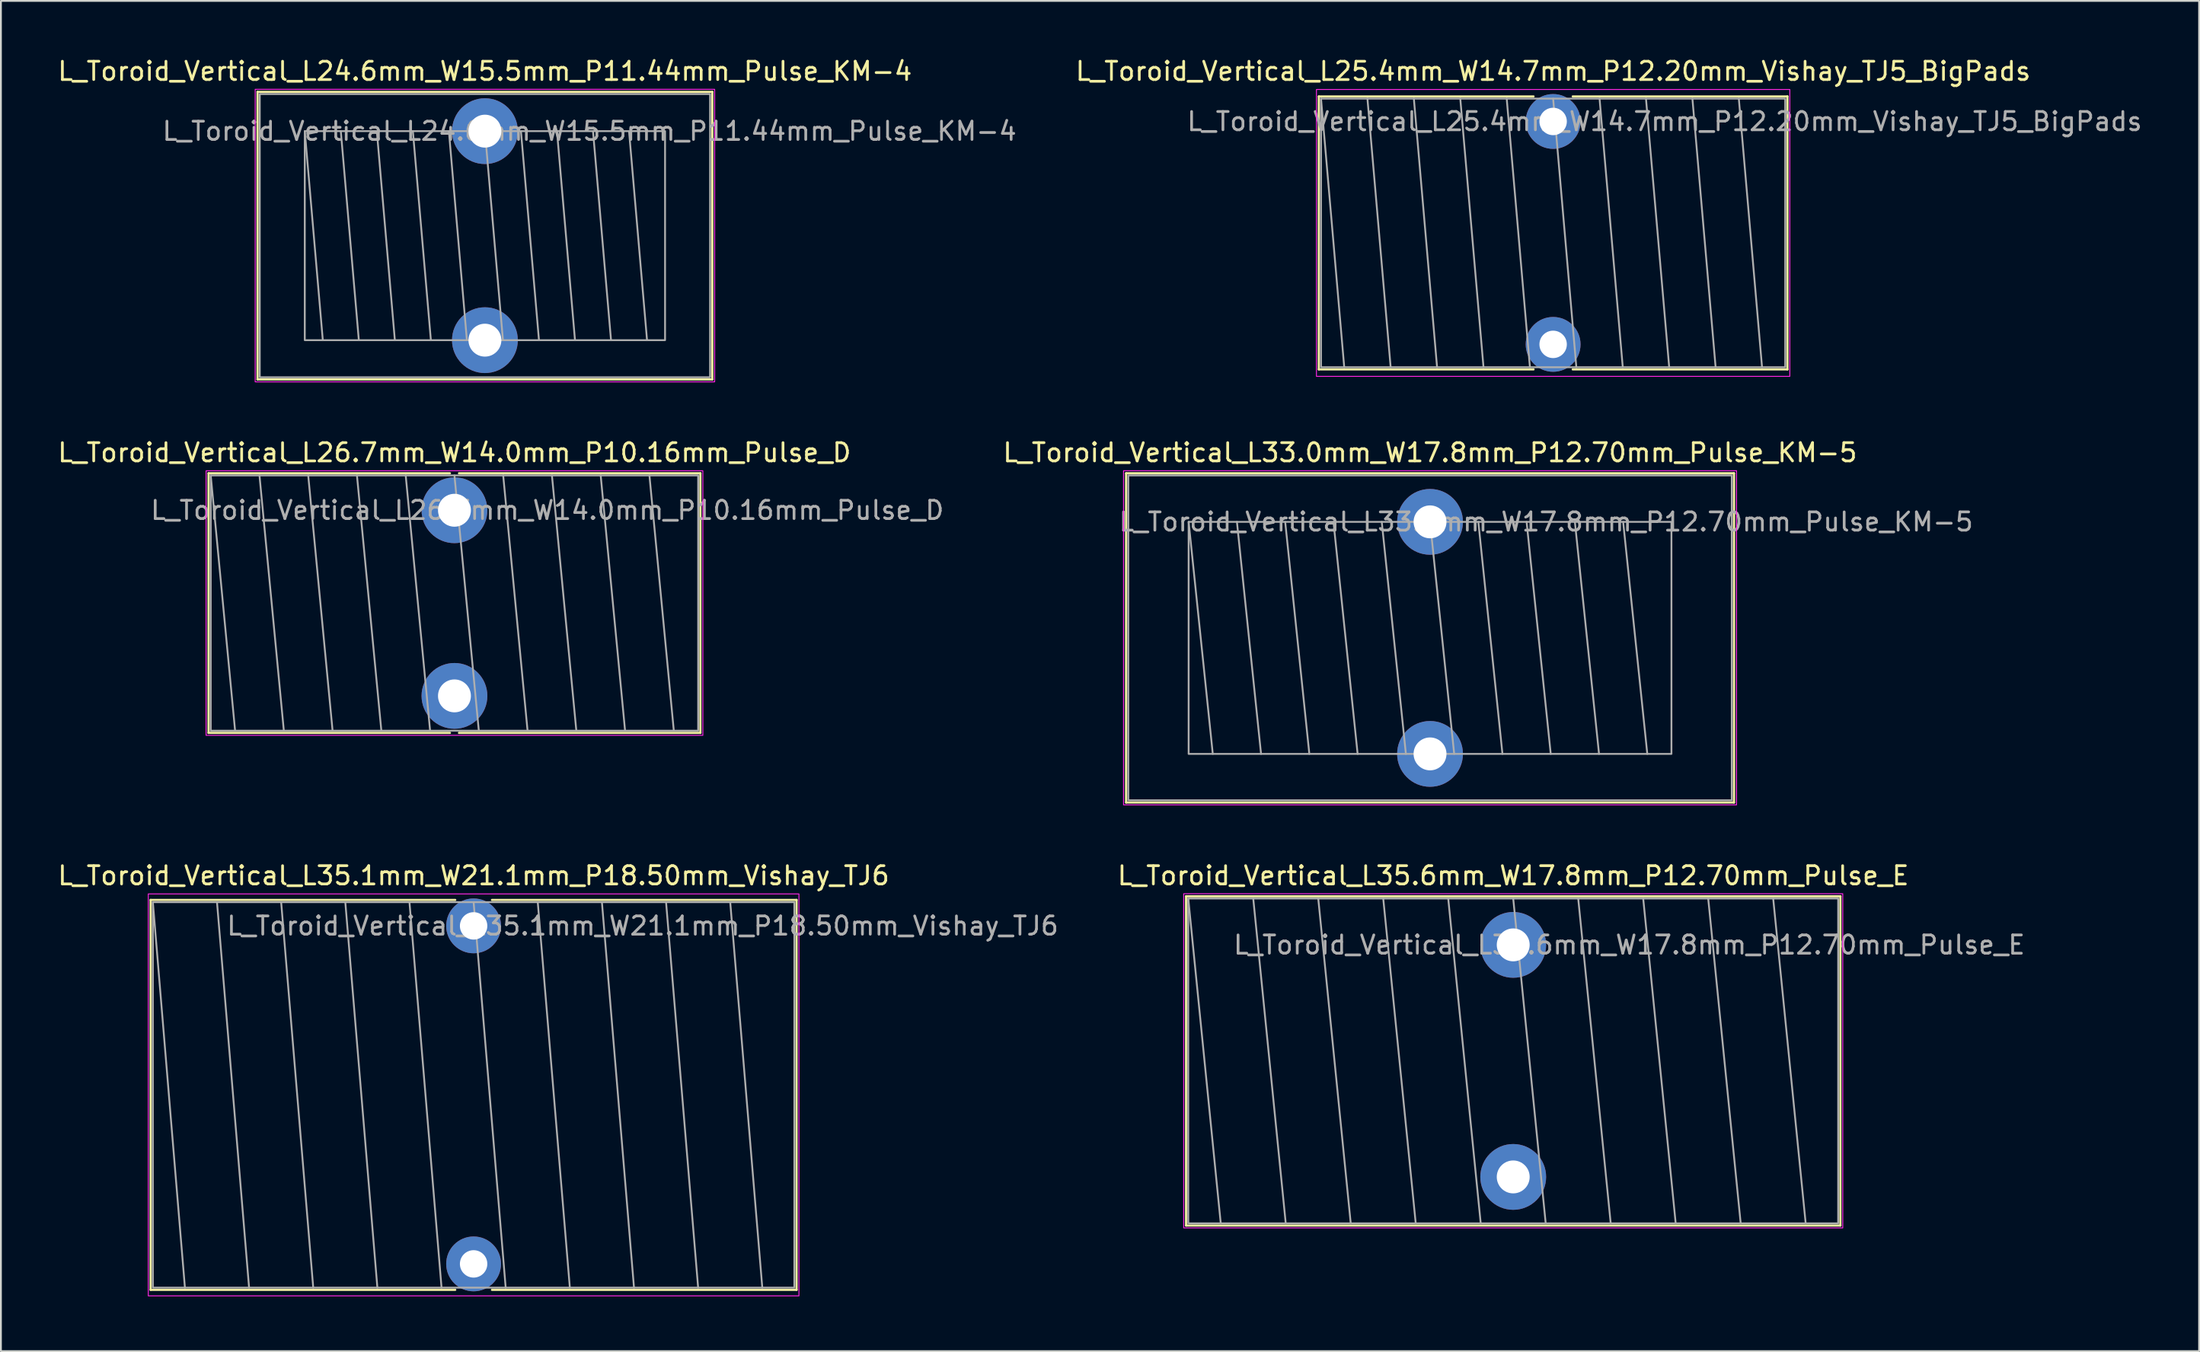
<source format=kicad_pcb>
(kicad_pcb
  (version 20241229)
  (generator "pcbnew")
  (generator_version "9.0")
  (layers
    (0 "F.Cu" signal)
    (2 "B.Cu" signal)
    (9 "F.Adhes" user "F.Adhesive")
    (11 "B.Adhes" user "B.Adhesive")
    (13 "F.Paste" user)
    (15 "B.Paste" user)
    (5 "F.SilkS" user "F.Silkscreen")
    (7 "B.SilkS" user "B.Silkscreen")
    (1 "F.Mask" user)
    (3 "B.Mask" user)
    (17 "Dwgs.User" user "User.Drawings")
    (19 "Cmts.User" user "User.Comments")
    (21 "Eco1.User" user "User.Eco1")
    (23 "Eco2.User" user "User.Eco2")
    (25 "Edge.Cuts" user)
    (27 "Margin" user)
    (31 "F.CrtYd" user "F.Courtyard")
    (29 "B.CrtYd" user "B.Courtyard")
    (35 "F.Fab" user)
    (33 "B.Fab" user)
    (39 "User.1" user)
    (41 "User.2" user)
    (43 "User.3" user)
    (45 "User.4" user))
  (footprint "L_Toroid_Vertical_L33.0mm_W17.8mm_P12.70mm_Pulse_KM-5"
    (layer "F.Cu")
    (at 75.193 25.512)
    (property "Reference" "L_Toroid_Vertical_L33.0mm_W17.8mm_P12.70mm_Pulse_KM-5" (at 0 -3.79 0) (layer "F.SilkS") (effects (font (size 1 1) (thickness 0.15))))
    (attr through_hole)
    (fp_line (start -16.63 -2.66) (end -16.63 15.36) (stroke (width 0.12) (type solid)) (layer "F.SilkS"))
    (fp_line (start -16.63 -2.66) (end 16.63 -2.66) (stroke (width 0.12) (type solid)) (layer "F.SilkS"))
    (fp_line (start -16.63 15.36) (end 16.63 15.36) (stroke (width 0.12) (type solid)) (layer "F.SilkS"))
    (fp_line (start 16.63 -2.66) (end 16.63 15.36) (stroke (width 0.12) (type solid)) (layer "F.SilkS"))
    (fp_rect (start -16.77 -2.8) (end 16.77 15.49) (stroke (width 0.05) (type solid)) (fill no) (layer "F.CrtYd"))
    (fp_line (start -13.208 0) (end -11.887 12.7) (stroke (width 0.1) (type solid)) (layer "F.Fab"))
    (fp_line (start -10.566 0) (end -9.246 12.7) (stroke (width 0.1) (type solid)) (layer "F.Fab"))
    (fp_line (start -7.925 0) (end -6.604 12.7) (stroke (width 0.1) (type solid)) (layer "F.Fab"))
    (fp_line (start -5.283 0) (end -3.962 12.7) (stroke (width 0.1) (type solid)) (layer "F.Fab"))
    (fp_line (start -2.642 0) (end -1.321 12.7) (stroke (width 0.1) (type solid)) (layer "F.Fab"))
    (fp_line (start 0 0) (end 1.321 12.7) (stroke (width 0.1) (type solid)) (layer "F.Fab"))
    (fp_line (start 2.642 0) (end 3.962 12.7) (stroke (width 0.1) (type solid)) (layer "F.Fab"))
    (fp_line (start 5.283 0) (end 6.604 12.7) (stroke (width 0.1) (type solid)) (layer "F.Fab"))
    (fp_line (start 7.925 0) (end 9.246 12.7) (stroke (width 0.1) (type solid)) (layer "F.Fab"))
    (fp_line (start 10.566 0) (end 11.887 12.7) (stroke (width 0.1) (type solid)) (layer "F.Fab"))
    (fp_rect (start -16.51 -2.54) (end 16.51 15.24) (stroke (width 0.1) (type solid)) (fill no) (layer "F.Fab"))
    (fp_rect (start -13.208 0) (end 13.208 12.7) (stroke (width 0.1) (type solid)) (fill no) (layer "F.Fab"))
    (fp_text user "${REFERENCE}" (at 6.35 0 0) (layer "F.Fab") (effects (font (size 1 1) (thickness 0.15))))
    (pad "1" thru_hole circle (at 0 0) (size 3.6 3.6) (drill 1.8) (layers "*.Cu" "*.Mask"))
    (pad "2" thru_hole circle (at 0 12.7) (size 3.6 3.6) (drill 1.8) (layers "*.Cu" "*.Mask")))
  (footprint "L_Toroid_Vertical_L24.6mm_W15.5mm_P11.44mm_Pulse_KM-4"
    (layer "F.Cu")
    (at 23.482 4.128)
    (property "Reference" "L_Toroid_Vertical_L24.6mm_W15.5mm_P11.44mm_Pulse_KM-4" (at 0 -3.28 0) (layer "F.SilkS") (effects (font (size 1 1) (thickness 0.15))))
    (attr through_hole)
    (fp_line (start -12.44 -2.15) (end -12.44 13.59) (stroke (width 0.12) (type solid)) (layer "F.SilkS"))
    (fp_line (start -12.44 -2.15) (end 12.44 -2.15) (stroke (width 0.12) (type solid)) (layer "F.SilkS"))
    (fp_line (start -12.44 13.59) (end 12.44 13.59) (stroke (width 0.12) (type solid)) (layer "F.SilkS"))
    (fp_line (start 12.44 -2.15) (end 12.44 13.59) (stroke (width 0.12) (type solid)) (layer "F.SilkS"))
    (fp_rect (start -12.57 -2.29) (end 12.57 13.72) (stroke (width 0.05) (type solid)) (fill no) (layer "F.CrtYd"))
    (fp_line (start -9.856 0) (end -8.87 11.44) (stroke (width 0.1) (type solid)) (layer "F.Fab"))
    (fp_line (start -7.885 0) (end -6.899 11.44) (stroke (width 0.1) (type solid)) (layer "F.Fab"))
    (fp_line (start -5.914 0) (end -4.928 11.44) (stroke (width 0.1) (type solid)) (layer "F.Fab"))
    (fp_line (start -3.942 0) (end -2.957 11.44) (stroke (width 0.1) (type solid)) (layer "F.Fab"))
    (fp_line (start -1.971 0) (end -0.986 11.44) (stroke (width 0.1) (type solid)) (layer "F.Fab"))
    (fp_line (start 0 0) (end 0.986 11.44) (stroke (width 0.1) (type solid)) (layer "F.Fab"))
    (fp_line (start 1.971 0) (end 2.957 11.44) (stroke (width 0.1) (type solid)) (layer "F.Fab"))
    (fp_line (start 3.942 0) (end 4.928 11.44) (stroke (width 0.1) (type solid)) (layer "F.Fab"))
    (fp_line (start 5.914 0) (end 6.899 11.44) (stroke (width 0.1) (type solid)) (layer "F.Fab"))
    (fp_line (start 7.885 0) (end 8.87 11.44) (stroke (width 0.1) (type solid)) (layer "F.Fab"))
    (fp_rect (start -12.32 -2.03) (end 12.32 13.47) (stroke (width 0.1) (type solid)) (fill no) (layer "F.Fab"))
    (fp_rect (start -9.856 0) (end 9.856 11.44) (stroke (width 0.1) (type solid)) (fill no) (layer "F.Fab"))
    (fp_text user "${REFERENCE}" (at 5.72 0 0) (layer "F.Fab") (effects (font (size 1 1) (thickness 0.15))))
    (pad "1" thru_hole circle (at 0 0) (size 3.6 3.6) (drill 1.8) (layers "*.Cu" "*.Mask"))
    (pad "2" thru_hole circle (at 0 11.44) (size 3.6 3.6) (drill 1.8) (layers "*.Cu" "*.Mask")))
  (footprint "L_Toroid_Vertical_L35.6mm_W17.8mm_P12.70mm_Pulse_E"
    (layer "F.Cu")
    (at 79.744 48.665)
    (property "Reference" "L_Toroid_Vertical_L35.6mm_W17.8mm_P12.70mm_Pulse_E" (at 0 -3.79 0) (layer "F.SilkS") (effects (font (size 1 1) (thickness 0.15))))
    (attr through_hole)
    (fp_line (start -17.9 -2.66) (end -17.9 15.36) (stroke (width 0.12) (type solid)) (layer "F.SilkS"))
    (fp_line (start -17.9 -2.66) (end 17.9 -2.66) (stroke (width 0.12) (type solid)) (layer "F.SilkS"))
    (fp_line (start -17.9 15.36) (end 17.9 15.36) (stroke (width 0.12) (type solid)) (layer "F.SilkS"))
    (fp_line (start 17.9 -2.66) (end 17.9 15.36) (stroke (width 0.12) (type solid)) (layer "F.SilkS"))
    (fp_rect (start -18.03 -2.8) (end 18.03 15.49) (stroke (width 0.05) (type solid)) (fill no) (layer "F.CrtYd"))
    (fp_line (start -17.78 -2.54) (end -16.002 15.24) (stroke (width 0.1) (type solid)) (layer "F.Fab"))
    (fp_line (start -14.224 -2.54) (end -12.446 15.24) (stroke (width 0.1) (type solid)) (layer "F.Fab"))
    (fp_line (start -10.668 -2.54) (end -8.89 15.24) (stroke (width 0.1) (type solid)) (layer "F.Fab"))
    (fp_line (start -7.112 -2.54) (end -5.334 15.24) (stroke (width 0.1) (type solid)) (layer "F.Fab"))
    (fp_line (start -3.556 -2.54) (end -1.778 15.24) (stroke (width 0.1) (type solid)) (layer "F.Fab"))
    (fp_line (start 0 -2.54) (end 1.778 15.24) (stroke (width 0.1) (type solid)) (layer "F.Fab"))
    (fp_line (start 3.556 -2.54) (end 5.334 15.24) (stroke (width 0.1) (type solid)) (layer "F.Fab"))
    (fp_line (start 7.112 -2.54) (end 8.89 15.24) (stroke (width 0.1) (type solid)) (layer "F.Fab"))
    (fp_line (start 10.668 -2.54) (end 12.446 15.24) (stroke (width 0.1) (type solid)) (layer "F.Fab"))
    (fp_line (start 14.224 -2.54) (end 16.002 15.24) (stroke (width 0.1) (type solid)) (layer "F.Fab"))
    (fp_rect (start -17.78 -2.54) (end 17.78 15.24) (stroke (width 0.1) (type solid)) (fill no) (layer "F.Fab"))
    (fp_text user "${REFERENCE}" (at 6.35 0 0) (layer "F.Fab") (effects (font (size 1 1) (thickness 0.15))))
    (pad "1" thru_hole circle (at 0 0) (size 3.6 3.6) (drill 1.8) (layers "*.Cu" "*.Mask"))
    (pad "2" thru_hole circle (at 0 12.7) (size 3.6 3.6) (drill 1.8) (layers "*.Cu" "*.Mask")))
  (footprint "L_Toroid_Vertical_L25.4mm_W14.7mm_P12.20mm_Vishay_TJ5_BigPads"
    (layer "F.Cu")
    (at 81.928 3.598)
    (property "Reference" "L_Toroid_Vertical_L25.4mm_W14.7mm_P12.20mm_Vishay_TJ5_BigPads" (at 0 -2.75 0) (layer "F.SilkS") (effects (font (size 1 1) (thickness 0.15))))
    (attr through_hole)
    (fp_line (start -12.82 -1.37) (end -12.82 13.57) (stroke (width 0.12) (type solid)) (layer "F.SilkS"))
    (fp_line (start -12.82 -1.37) (end -1.073 -1.37) (stroke (width 0.12) (type solid)) (layer "F.SilkS"))
    (fp_line (start -12.82 13.57) (end -1.073 13.57) (stroke (width 0.12) (type solid)) (layer "F.SilkS"))
    (fp_line (start 1.073 -1.37) (end 12.82 -1.37) (stroke (width 0.12) (type solid)) (layer "F.SilkS"))
    (fp_line (start 1.073 13.57) (end 12.82 13.57) (stroke (width 0.12) (type solid)) (layer "F.SilkS"))
    (fp_line (start 12.82 -1.37) (end 12.82 13.57) (stroke (width 0.12) (type solid)) (layer "F.SilkS"))
    (fp_rect (start -12.95 -1.75) (end 12.95 13.95) (stroke (width 0.05) (type solid)) (fill no) (layer "F.CrtYd"))
    (fp_line (start -12.7 -1.25) (end -11.43 13.45) (stroke (width 0.1) (type solid)) (layer "F.Fab"))
    (fp_line (start -10.16 -1.25) (end -8.89 13.45) (stroke (width 0.1) (type solid)) (layer "F.Fab"))
    (fp_line (start -7.62 -1.25) (end -6.35 13.45) (stroke (width 0.1) (type solid)) (layer "F.Fab"))
    (fp_line (start -5.08 -1.25) (end -3.81 13.45) (stroke (width 0.1) (type solid)) (layer "F.Fab"))
    (fp_line (start -2.54 -1.25) (end -1.27 13.45) (stroke (width 0.1) (type solid)) (layer "F.Fab"))
    (fp_line (start 0 -1.25) (end 1.27 13.45) (stroke (width 0.1) (type solid)) (layer "F.Fab"))
    (fp_line (start 2.54 -1.25) (end 3.81 13.45) (stroke (width 0.1) (type solid)) (layer "F.Fab"))
    (fp_line (start 5.08 -1.25) (end 6.35 13.45) (stroke (width 0.1) (type solid)) (layer "F.Fab"))
    (fp_line (start 7.62 -1.25) (end 8.89 13.45) (stroke (width 0.1) (type solid)) (layer "F.Fab"))
    (fp_line (start 10.16 -1.25) (end 11.43 13.45) (stroke (width 0.1) (type solid)) (layer "F.Fab"))
    (fp_rect (start -12.7 -1.25) (end 12.7 13.45) (stroke (width 0.1) (type solid)) (fill no) (layer "F.Fab"))
    (fp_text user "${REFERENCE}" (at 6.1 0 0) (layer "F.Fab") (effects (font (size 1 1) (thickness 0.15))))
    (pad "1" thru_hole circle (at 0 0) (size 3 3) (drill 1.5) (layers "*.Cu" "*.Mask"))
    (pad "2" thru_hole circle (at 0 12.2) (size 3 3) (drill 1.5) (layers "*.Cu" "*.Mask")))
  (footprint "L_Toroid_Vertical_L26.7mm_W14.0mm_P10.16mm_Pulse_D"
    (layer "F.Cu")
    (at 21.815 24.877)
    (property "Reference" "L_Toroid_Vertical_L26.7mm_W14.0mm_P10.16mm_Pulse_D" (at 0 -3.155 0) (layer "F.SilkS") (effects (font (size 1 1) (thickness 0.15))))
    (attr through_hole)
    (fp_line (start -13.455 -2.025) (end -13.455 12.185) (stroke (width 0.12) (type solid)) (layer "F.SilkS"))
    (fp_line (start -13.455 -2.025) (end -0.247 -2.025) (stroke (width 0.12) (type solid)) (layer "F.SilkS"))
    (fp_line (start -13.455 12.185) (end -0.247 12.185) (stroke (width 0.12) (type solid)) (layer "F.SilkS"))
    (fp_line (start 0.247 -2.025) (end 13.455 -2.025) (stroke (width 0.12) (type solid)) (layer "F.SilkS"))
    (fp_line (start 0.247 12.185) (end 13.455 12.185) (stroke (width 0.12) (type solid)) (layer "F.SilkS"))
    (fp_line (start 13.455 -2.025) (end 13.455 12.185) (stroke (width 0.12) (type solid)) (layer "F.SilkS"))
    (fp_rect (start -13.59 -2.16) (end 13.59 12.32) (stroke (width 0.05) (type solid)) (fill no) (layer "F.CrtYd"))
    (fp_line (start -13.335 -1.905) (end -12.002 12.065) (stroke (width 0.1) (type solid)) (layer "F.Fab"))
    (fp_line (start -10.668 -1.905) (end -9.335 12.065) (stroke (width 0.1) (type solid)) (layer "F.Fab"))
    (fp_line (start -8.001 -1.905) (end -6.668 12.065) (stroke (width 0.1) (type solid)) (layer "F.Fab"))
    (fp_line (start -5.334 -1.905) (end -4 12.065) (stroke (width 0.1) (type solid)) (layer "F.Fab"))
    (fp_line (start -2.667 -1.905) (end -1.333 12.065) (stroke (width 0.1) (type solid)) (layer "F.Fab"))
    (fp_line (start 0 -1.905) (end 1.333 12.065) (stroke (width 0.1) (type solid)) (layer "F.Fab"))
    (fp_line (start 2.667 -1.905) (end 4 12.065) (stroke (width 0.1) (type solid)) (layer "F.Fab"))
    (fp_line (start 5.334 -1.905) (end 6.668 12.065) (stroke (width 0.1) (type solid)) (layer "F.Fab"))
    (fp_line (start 8.001 -1.905) (end 9.335 12.065) (stroke (width 0.1) (type solid)) (layer "F.Fab"))
    (fp_line (start 10.668 -1.905) (end 12.002 12.065) (stroke (width 0.1) (type solid)) (layer "F.Fab"))
    (fp_rect (start -13.335 -1.905) (end 13.335 12.065) (stroke (width 0.1) (type solid)) (fill no) (layer "F.Fab"))
    (fp_text user "${REFERENCE}" (at 5.08 0 0) (layer "F.Fab") (effects (font (size 1 1) (thickness 0.15))))
    (pad "1" thru_hole circle (at 0 0) (size 3.6 3.6) (drill 1.8) (layers "*.Cu" "*.Mask"))
    (pad "2" thru_hole circle (at 0 10.16) (size 3.6 3.6) (drill 1.8) (layers "*.Cu" "*.Mask")))
  (footprint "L_Toroid_Vertical_L35.1mm_W21.1mm_P18.50mm_Vishay_TJ6"
    (layer "F.Cu")
    (at 22.863 47.625)
    (property "Reference" "L_Toroid_Vertical_L35.1mm_W21.1mm_P18.50mm_Vishay_TJ6" (at 0 -2.75 0) (layer "F.SilkS") (effects (font (size 1 1) (thickness 0.15))))
    (attr through_hole)
    (fp_line (start -17.67 -1.42) (end -17.67 19.92) (stroke (width 0.12) (type solid)) (layer "F.SilkS"))
    (fp_line (start -17.67 -1.42) (end -1.006 -1.42) (stroke (width 0.12) (type solid)) (layer "F.SilkS"))
    (fp_line (start -17.67 19.92) (end -1.006 19.92) (stroke (width 0.12) (type solid)) (layer "F.SilkS"))
    (fp_line (start 1.006 -1.42) (end 17.67 -1.42) (stroke (width 0.12) (type solid)) (layer "F.SilkS"))
    (fp_line (start 1.006 19.92) (end 17.67 19.92) (stroke (width 0.12) (type solid)) (layer "F.SilkS"))
    (fp_line (start 17.67 -1.42) (end 17.67 19.92) (stroke (width 0.12) (type solid)) (layer "F.SilkS"))
    (fp_rect (start -17.8 -1.75) (end 17.8 20.25) (stroke (width 0.05) (type solid)) (fill no) (layer "F.CrtYd"))
    (fp_line (start -17.55 -1.3) (end -15.795 19.8) (stroke (width 0.1) (type solid)) (layer "F.Fab"))
    (fp_line (start -14.04 -1.3) (end -12.285 19.8) (stroke (width 0.1) (type solid)) (layer "F.Fab"))
    (fp_line (start -10.53 -1.3) (end -8.775 19.8) (stroke (width 0.1) (type solid)) (layer "F.Fab"))
    (fp_line (start -7.02 -1.3) (end -5.265 19.8) (stroke (width 0.1) (type solid)) (layer "F.Fab"))
    (fp_line (start -3.51 -1.3) (end -1.755 19.8) (stroke (width 0.1) (type solid)) (layer "F.Fab"))
    (fp_line (start 0 -1.3) (end 1.755 19.8) (stroke (width 0.1) (type solid)) (layer "F.Fab"))
    (fp_line (start 3.51 -1.3) (end 5.265 19.8) (stroke (width 0.1) (type solid)) (layer "F.Fab"))
    (fp_line (start 7.02 -1.3) (end 8.775 19.8) (stroke (width 0.1) (type solid)) (layer "F.Fab"))
    (fp_line (start 10.53 -1.3) (end 12.285 19.8) (stroke (width 0.1) (type solid)) (layer "F.Fab"))
    (fp_line (start 14.04 -1.3) (end 15.795 19.8) (stroke (width 0.1) (type solid)) (layer "F.Fab"))
    (fp_rect (start -17.55 -1.3) (end 17.55 19.8) (stroke (width 0.1) (type solid)) (fill no) (layer "F.Fab"))
    (fp_text user "${REFERENCE}" (at 9.25 0 0) (layer "F.Fab") (effects (font (size 1 1) (thickness 0.15))))
    (pad "1" thru_hole circle (at 0 0) (size 3 3) (drill 1.5) (layers "*.Cu" "*.Mask"))
    (pad "2" thru_hole circle (at 0 18.5) (size 3 3) (drill 1.5) (layers "*.Cu" "*.Mask")))
  (gr_rect
    (start -3 -3)
    (end 117.272 70.9)
    (stroke (width 0.1) (type default))
    (fill no)
    (layer "Edge.Cuts")))
</source>
